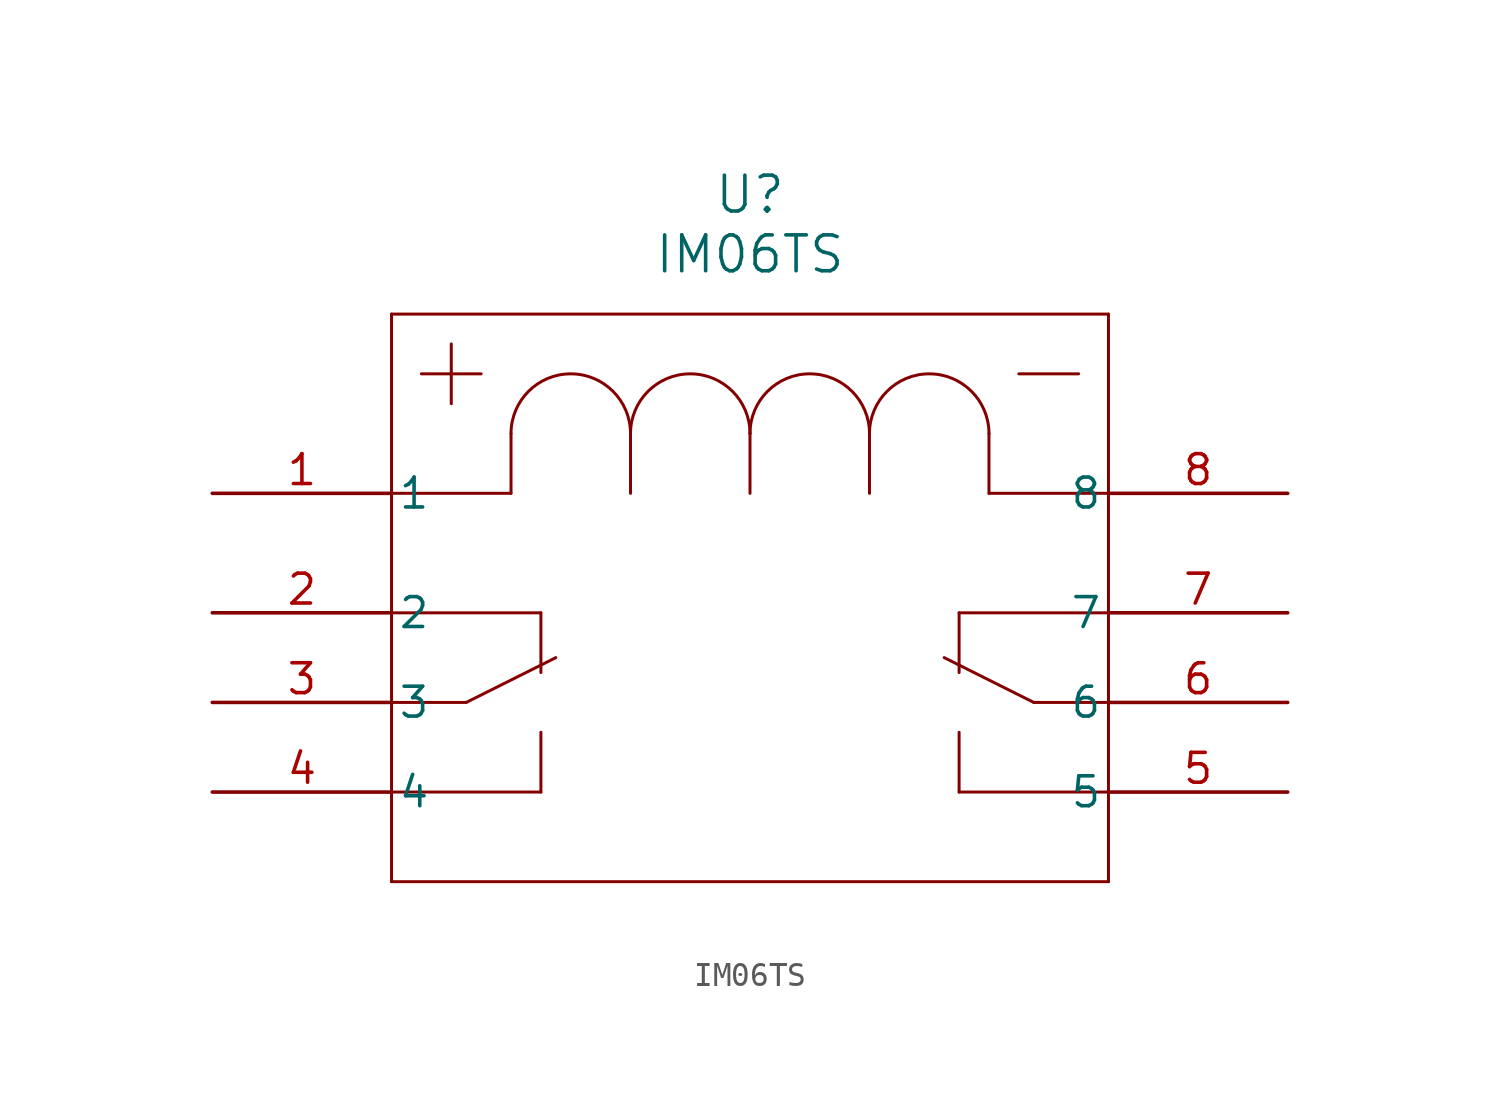
<source format=kicad_sym>
(kicad_symbol_lib
  (version 20241209)
  (generator "kicad_symbol_editor")
  (generator_version "9.0")
  (symbol "IM06TS"
    (pin_names
      (offset 0.254))
    (property "Reference" "U"
      (at 22.86 12.7 0)
      (effects (font (size 1.524 1.524))))
    (property "Value" "IM06TS"
      (at 22.86 10.16 0)
      (effects (font (size 1.524 1.524))))
    (property "ki_locked" ""
      (at 0 0 0)
      (effects (font (size 1.27 1.27))))
    (symbol "IM06TS_0_1"
      (polyline (pts (xy 7.62 7.62) (xy 7.62 -16.51)) (stroke (width 0.127) (type default)) (fill (type none)))
      (polyline (pts (xy 7.62 -5.08) (xy 13.97 -5.08)) (stroke (width 0.127) (type default)) (fill (type none)))
      (polyline (pts (xy 7.62 -16.51) (xy 38.1 -16.51)) (stroke (width 0.127) (type default)) (fill (type none)))
      (polyline (pts (xy 10.16 6.35) (xy 10.16 3.81)) (stroke (width 0.127) (type default)) (fill (type none)))
      (polyline (pts (xy 10.795 -8.89) (xy 7.62 -8.89)) (stroke (width 0.127) (type default)) (fill (type none)))
      (polyline (pts (xy 10.795 -8.89) (xy 14.605 -6.985)) (stroke (width 0.127) (type default)) (fill (type none)))
      (polyline (pts (xy 11.43 5.08) (xy 8.89 5.08)) (stroke (width 0.127) (type default)) (fill (type none)))
      (polyline (pts (xy 12.7 2.54) (xy 12.7 0)) (stroke (width 0.127) (type default)) (fill (type none)))
      (polyline (pts (xy 12.7 0) (xy 7.62 0)) (stroke (width 0.127) (type default)) (fill (type none)))
      (polyline (pts (xy 13.97 -5.08) (xy 13.97 -7.62)) (stroke (width 0.127) (type default)) (fill (type none)))
      (polyline (pts (xy 13.97 -10.16) (xy 13.97 -12.7)) (stroke (width 0.127) (type default)) (fill (type none)))
      (polyline (pts (xy 13.97 -12.7) (xy 7.62 -12.7)) (stroke (width 0.127) (type default)) (fill (type none)))
      (arc (start 12.7 2.54) (mid 15.24 5.0689) (end 17.78 2.54) (stroke (width 0.127) (type default)) (fill (type none)))
      (polyline (pts (xy 17.78 2.54) (xy 17.78 0)) (stroke (width 0.127) (type default)) (fill (type none)))
      (arc (start 17.78 2.54) (mid 20.32 5.0689) (end 22.86 2.54) (stroke (width 0.127) (type default)) (fill (type none)))
      (polyline (pts (xy 22.86 2.54) (xy 22.86 0)) (stroke (width 0.127) (type default)) (fill (type none)))
      (arc (start 22.86 2.54) (mid 25.4 5.0689) (end 27.94 2.54) (stroke (width 0.127) (type default)) (fill (type none)))
      (polyline (pts (xy 27.94 2.54) (xy 27.94 0)) (stroke (width 0.127) (type default)) (fill (type none)))
      (arc (start 27.94 2.54) (mid 30.48 5.0689) (end 33.02 2.54) (stroke (width 0.127) (type default)) (fill (type none)))
      (polyline (pts (xy 31.75 -5.08) (xy 38.1 -5.08)) (stroke (width 0.127) (type default)) (fill (type none)))
      (polyline (pts (xy 31.75 -7.62) (xy 31.75 -5.08)) (stroke (width 0.127) (type default)) (fill (type none)))
      (polyline (pts (xy 31.75 -12.7) (xy 31.75 -10.16)) (stroke (width 0.127) (type default)) (fill (type none)))
      (polyline (pts (xy 33.02 2.54) (xy 33.02 0)) (stroke (width 0.127) (type default)) (fill (type none)))
      (polyline (pts (xy 33.02 0) (xy 38.1 0)) (stroke (width 0.127) (type default)) (fill (type none)))
      (polyline (pts (xy 34.29 5.08) (xy 36.83 5.08)) (stroke (width 0.127) (type default)) (fill (type none)))
      (polyline (pts (xy 34.925 -8.89) (xy 31.115 -6.985)) (stroke (width 0.127) (type default)) (fill (type none)))
      (polyline (pts (xy 34.925 -8.89) (xy 38.1 -8.89)) (stroke (width 0.127) (type default)) (fill (type none)))
      (polyline (pts (xy 38.1 7.62) (xy 7.62 7.62)) (stroke (width 0.127) (type default)) (fill (type none)))
      (polyline (pts (xy 38.1 -12.7) (xy 31.75 -12.7)) (stroke (width 0.127) (type default)) (fill (type none)))
      (polyline (pts (xy 38.1 -16.51) (xy 38.1 7.62)) (stroke (width 0.127) (type default)) (fill (type none)))
      (pin unspecified line (at 0 0 0) (length 7.62) (name "1" (effects (font (size 1.27 1.27)))) (number "1" (effects (font (size 1.27 1.27)))))
      (pin unspecified line (at 0 -5.08 0) (length 7.62) (name "2" (effects (font (size 1.27 1.27)))) (number "2" (effects (font (size 1.27 1.27)))))
      (pin unspecified line (at 0 -8.89 0) (length 7.62) (name "3" (effects (font (size 1.27 1.27)))) (number "3" (effects (font (size 1.27 1.27)))))
      (pin unspecified line (at 0 -12.7 0) (length 7.62) (name "4" (effects (font (size 1.27 1.27)))) (number "4" (effects (font (size 1.27 1.27)))))
      (pin unspecified line (at 45.72 0 180) (length 7.62) (name "8" (effects (font (size 1.27 1.27)))) (number "8" (effects (font (size 1.27 1.27)))))
      (pin unspecified line (at 45.72 -5.08 180) (length 7.62) (name "7" (effects (font (size 1.27 1.27)))) (number "7" (effects (font (size 1.27 1.27)))))
      (pin unspecified line (at 45.72 -8.89 180) (length 7.62) (name "6" (effects (font (size 1.27 1.27)))) (number "6" (effects (font (size 1.27 1.27)))))
      (pin unspecified line (at 45.72 -12.7 180) (length 7.62) (name "5" (effects (font (size 1.27 1.27)))) (number "5" (effects (font (size 1.27 1.27))))))))
</source>
